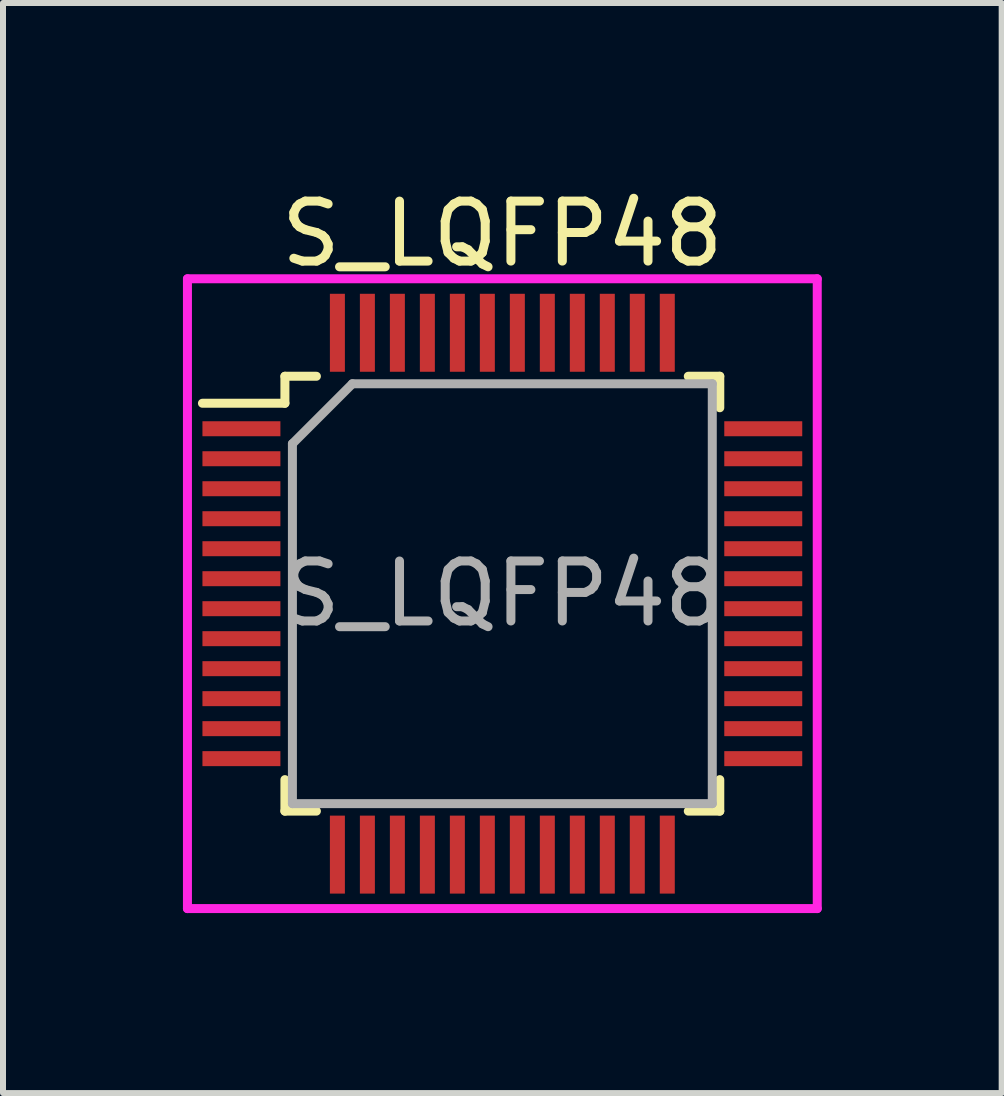
<source format=kicad_pcb>
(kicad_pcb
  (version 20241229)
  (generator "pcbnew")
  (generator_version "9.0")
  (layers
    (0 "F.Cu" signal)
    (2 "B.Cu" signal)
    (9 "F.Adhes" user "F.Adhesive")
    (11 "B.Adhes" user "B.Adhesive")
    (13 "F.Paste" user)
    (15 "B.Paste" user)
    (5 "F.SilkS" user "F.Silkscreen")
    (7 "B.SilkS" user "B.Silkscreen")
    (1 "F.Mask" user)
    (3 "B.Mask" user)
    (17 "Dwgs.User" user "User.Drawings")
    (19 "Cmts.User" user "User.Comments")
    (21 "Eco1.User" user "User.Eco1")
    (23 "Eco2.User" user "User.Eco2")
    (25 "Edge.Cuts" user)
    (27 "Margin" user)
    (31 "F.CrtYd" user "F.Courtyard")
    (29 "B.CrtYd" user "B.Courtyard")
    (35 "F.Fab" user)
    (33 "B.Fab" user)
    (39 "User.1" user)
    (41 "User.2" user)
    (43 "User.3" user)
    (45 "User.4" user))
  (footprint "S_LQFP48"
    (layer "F.Cu")
    (at 5.325 6.848)
    (property "Reference" "S_LQFP48" (at 0 -6 0) (layer "F.SilkS") (effects (font (size 1 1) (thickness 0.15))))
    (attr smd)
    (fp_line (start -3.625 -3.625) (end -3.625 -3.175) (stroke (width 0.15) (type solid)) (layer "F.SilkS"))
    (fp_line (start -3.625 -3.625) (end -3.1 -3.625) (stroke (width 0.15) (type solid)) (layer "F.SilkS"))
    (fp_line (start -3.625 -3.175) (end -5 -3.175) (stroke (width 0.15) (type solid)) (layer "F.SilkS"))
    (fp_line (start -3.625 3.625) (end -3.625 3.1) (stroke (width 0.15) (type solid)) (layer "F.SilkS"))
    (fp_line (start -3.625 3.625) (end -3.1 3.625) (stroke (width 0.15) (type solid)) (layer "F.SilkS"))
    (fp_line (start 3.625 -3.625) (end 3.1 -3.625) (stroke (width 0.15) (type solid)) (layer "F.SilkS"))
    (fp_line (start 3.625 -3.625) (end 3.625 -3.1) (stroke (width 0.15) (type solid)) (layer "F.SilkS"))
    (fp_line (start 3.625 3.625) (end 3.1 3.625) (stroke (width 0.15) (type solid)) (layer "F.SilkS"))
    (fp_line (start 3.625 3.625) (end 3.625 3.1) (stroke (width 0.15) (type solid)) (layer "F.SilkS"))
    (fp_line (start -5.25 -5.25) (end -5.25 5.25) (stroke (width 0.15) (type solid)) (layer "F.CrtYd"))
    (fp_line (start -5.25 -5.25) (end 5.25 -5.25) (stroke (width 0.15) (type solid)) (layer "F.CrtYd"))
    (fp_line (start -5.25 5.25) (end 5.25 5.25) (stroke (width 0.15) (type solid)) (layer "F.CrtYd"))
    (fp_line (start 5.25 -5.25) (end 5.25 5.25) (stroke (width 0.15) (type solid)) (layer "F.CrtYd"))
    (fp_line (start -3.5 -2.5) (end -2.5 -3.5) (stroke (width 0.15) (type solid)) (layer "F.Fab"))
    (fp_line (start -3.5 3.5) (end -3.5 -2.5) (stroke (width 0.15) (type solid)) (layer "F.Fab"))
    (fp_line (start -2.5 -3.5) (end 3.5 -3.5) (stroke (width 0.15) (type solid)) (layer "F.Fab"))
    (fp_line (start 3.5 -3.5) (end 3.5 3.5) (stroke (width 0.15) (type solid)) (layer "F.Fab"))
    (fp_line (start 3.5 3.5) (end -3.5 3.5) (stroke (width 0.15) (type solid)) (layer "F.Fab"))
    (fp_text user "${REFERENCE}" (at 0 0 0) (layer "F.Fab") (effects (font (size 1 1) (thickness 0.15))))
    (pad "1" smd rect (at -4.35 -2.75) (size 1.3 0.25) (layers "F.Cu" "F.Mask" "F.Paste"))
    (pad "2" smd rect (at -4.35 -2.25) (size 1.3 0.25) (layers "F.Cu" "F.Mask" "F.Paste"))
    (pad "3" smd rect (at -4.35 -1.75) (size 1.3 0.25) (layers "F.Cu" "F.Mask" "F.Paste"))
    (pad "4" smd rect (at -4.35 -1.25) (size 1.3 0.25) (layers "F.Cu" "F.Mask" "F.Paste"))
    (pad "5" smd rect (at -4.35 -0.75) (size 1.3 0.25) (layers "F.Cu" "F.Mask" "F.Paste"))
    (pad "6" smd rect (at -4.35 -0.25) (size 1.3 0.25) (layers "F.Cu" "F.Mask" "F.Paste"))
    (pad "7" smd rect (at -4.35 0.25) (size 1.3 0.25) (layers "F.Cu" "F.Mask" "F.Paste"))
    (pad "8" smd rect (at -4.35 0.75) (size 1.3 0.25) (layers "F.Cu" "F.Mask" "F.Paste"))
    (pad "9" smd rect (at -4.35 1.25) (size 1.3 0.25) (layers "F.Cu" "F.Mask" "F.Paste"))
    (pad "10" smd rect (at -4.35 1.75) (size 1.3 0.25) (layers "F.Cu" "F.Mask" "F.Paste"))
    (pad "11" smd rect (at -4.35 2.25) (size 1.3 0.25) (layers "F.Cu" "F.Mask" "F.Paste"))
    (pad "12" smd rect (at -4.35 2.75) (size 1.3 0.25) (layers "F.Cu" "F.Mask" "F.Paste"))
    (pad "13" smd rect (at -2.75 4.35 90) (size 1.3 0.25) (layers "F.Cu" "F.Mask" "F.Paste"))
    (pad "14" smd rect (at -2.25 4.35 90) (size 1.3 0.25) (layers "F.Cu" "F.Mask" "F.Paste"))
    (pad "15" smd rect (at -1.75 4.35 90) (size 1.3 0.25) (layers "F.Cu" "F.Mask" "F.Paste"))
    (pad "16" smd rect (at -1.25 4.35 90) (size 1.3 0.25) (layers "F.Cu" "F.Mask" "F.Paste"))
    (pad "17" smd rect (at -0.75 4.35 90) (size 1.3 0.25) (layers "F.Cu" "F.Mask" "F.Paste"))
    (pad "18" smd rect (at -0.25 4.35 90) (size 1.3 0.25) (layers "F.Cu" "F.Mask" "F.Paste"))
    (pad "19" smd rect (at 0.25 4.35 90) (size 1.3 0.25) (layers "F.Cu" "F.Mask" "F.Paste"))
    (pad "20" smd rect (at 0.75 4.35 90) (size 1.3 0.25) (layers "F.Cu" "F.Mask" "F.Paste"))
    (pad "21" smd rect (at 1.25 4.35 90) (size 1.3 0.25) (layers "F.Cu" "F.Mask" "F.Paste"))
    (pad "22" smd rect (at 1.75 4.35 90) (size 1.3 0.25) (layers "F.Cu" "F.Mask" "F.Paste"))
    (pad "23" smd rect (at 2.25 4.35 90) (size 1.3 0.25) (layers "F.Cu" "F.Mask" "F.Paste"))
    (pad "24" smd rect (at 2.75 4.35 90) (size 1.3 0.25) (layers "F.Cu" "F.Mask" "F.Paste"))
    (pad "25" smd rect (at 4.35 2.75) (size 1.3 0.25) (layers "F.Cu" "F.Mask" "F.Paste"))
    (pad "26" smd rect (at 4.35 2.25) (size 1.3 0.25) (layers "F.Cu" "F.Mask" "F.Paste"))
    (pad "27" smd rect (at 4.35 1.75) (size 1.3 0.25) (layers "F.Cu" "F.Mask" "F.Paste"))
    (pad "28" smd rect (at 4.35 1.25) (size 1.3 0.25) (layers "F.Cu" "F.Mask" "F.Paste"))
    (pad "29" smd rect (at 4.35 0.75) (size 1.3 0.25) (layers "F.Cu" "F.Mask" "F.Paste"))
    (pad "30" smd rect (at 4.35 0.25) (size 1.3 0.25) (layers "F.Cu" "F.Mask" "F.Paste"))
    (pad "31" smd rect (at 4.35 -0.25) (size 1.3 0.25) (layers "F.Cu" "F.Mask" "F.Paste"))
    (pad "32" smd rect (at 4.35 -0.75) (size 1.3 0.25) (layers "F.Cu" "F.Mask" "F.Paste"))
    (pad "33" smd rect (at 4.35 -1.25) (size 1.3 0.25) (layers "F.Cu" "F.Mask" "F.Paste"))
    (pad "34" smd rect (at 4.35 -1.75) (size 1.3 0.25) (layers "F.Cu" "F.Mask" "F.Paste"))
    (pad "35" smd rect (at 4.35 -2.25) (size 1.3 0.25) (layers "F.Cu" "F.Mask" "F.Paste"))
    (pad "36" smd rect (at 4.35 -2.75) (size 1.3 0.25) (layers "F.Cu" "F.Mask" "F.Paste"))
    (pad "37" smd rect (at 2.75 -4.35 90) (size 1.3 0.25) (layers "F.Cu" "F.Mask" "F.Paste"))
    (pad "38" smd rect (at 2.25 -4.35 90) (size 1.3 0.25) (layers "F.Cu" "F.Mask" "F.Paste"))
    (pad "39" smd rect (at 1.75 -4.35 90) (size 1.3 0.25) (layers "F.Cu" "F.Mask" "F.Paste"))
    (pad "40" smd rect (at 1.25 -4.35 90) (size 1.3 0.25) (layers "F.Cu" "F.Mask" "F.Paste"))
    (pad "41" smd rect (at 0.75 -4.35 90) (size 1.3 0.25) (layers "F.Cu" "F.Mask" "F.Paste"))
    (pad "42" smd rect (at 0.25 -4.35 90) (size 1.3 0.25) (layers "F.Cu" "F.Mask" "F.Paste"))
    (pad "43" smd rect (at -0.25 -4.35 90) (size 1.3 0.25) (layers "F.Cu" "F.Mask" "F.Paste"))
    (pad "44" smd rect (at -0.75 -4.35 90) (size 1.3 0.25) (layers "F.Cu" "F.Mask" "F.Paste"))
    (pad "45" smd rect (at -1.25 -4.35 90) (size 1.3 0.25) (layers "F.Cu" "F.Mask" "F.Paste"))
    (pad "46" smd rect (at -1.75 -4.35 90) (size 1.3 0.25) (layers "F.Cu" "F.Mask" "F.Paste"))
    (pad "47" smd rect (at -2.25 -4.35 90) (size 1.3 0.25) (layers "F.Cu" "F.Mask" "F.Paste"))
    (pad "48" smd rect (at -2.75 -4.35 90) (size 1.3 0.25) (layers "F.Cu" "F.Mask" "F.Paste")))
  (gr_rect
    (start -3 -3)
    (end 13.65 15.173)
    (stroke (width 0.1) (type default))
    (fill no)
    (layer "Edge.Cuts")))
</source>
